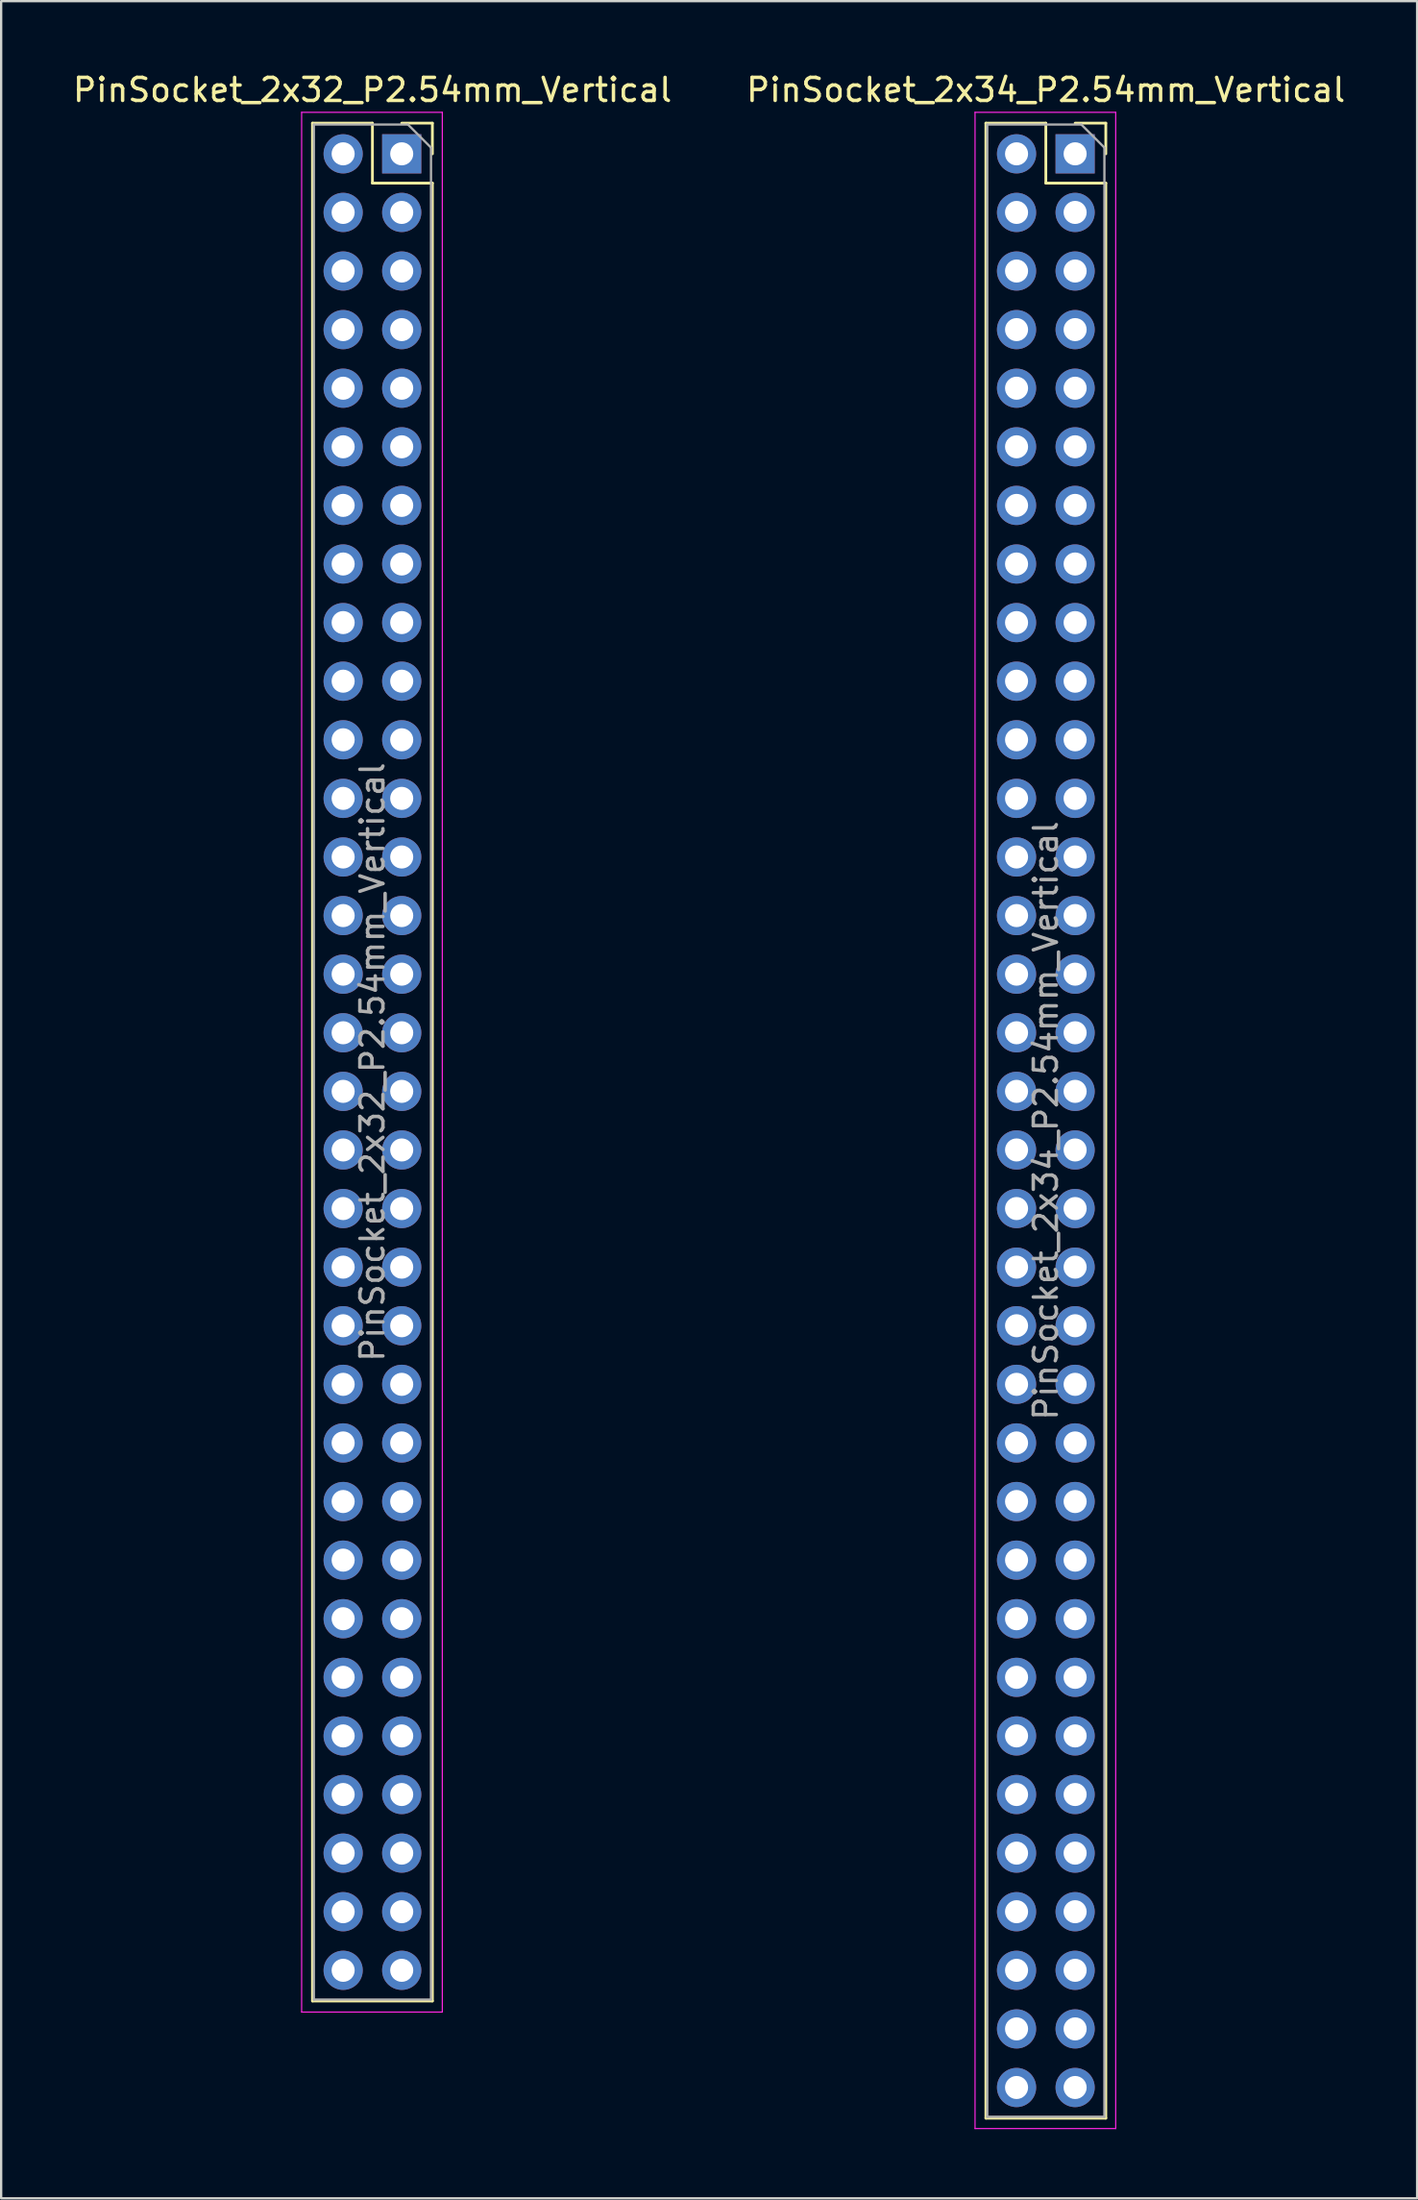
<source format=kicad_pcb>
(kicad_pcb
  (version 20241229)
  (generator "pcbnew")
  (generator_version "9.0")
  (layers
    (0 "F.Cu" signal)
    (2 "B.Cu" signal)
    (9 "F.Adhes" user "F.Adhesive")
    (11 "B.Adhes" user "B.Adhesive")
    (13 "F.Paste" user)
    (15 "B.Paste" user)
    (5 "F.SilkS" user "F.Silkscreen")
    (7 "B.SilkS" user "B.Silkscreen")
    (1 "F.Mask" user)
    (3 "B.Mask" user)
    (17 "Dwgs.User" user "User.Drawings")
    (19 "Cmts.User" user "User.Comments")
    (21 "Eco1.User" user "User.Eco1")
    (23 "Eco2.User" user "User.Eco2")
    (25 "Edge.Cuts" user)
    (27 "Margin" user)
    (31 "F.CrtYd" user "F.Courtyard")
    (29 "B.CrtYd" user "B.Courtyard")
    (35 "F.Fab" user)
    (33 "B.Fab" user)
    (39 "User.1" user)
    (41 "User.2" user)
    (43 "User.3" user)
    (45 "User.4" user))
  (footprint "PinSocket_2x34_P2.54mm_Vertical"
    (layer "F.Cu")
    (at 43.574 3.618)
    (property "Reference" "PinSocket_2x34_P2.54mm_Vertical" (at -1.27 -2.77 0) (layer "F.SilkS") (effects (font (size 1 1) (thickness 0.15))))
    (attr through_hole)
    (fp_line (start -3.87 -1.33) (end -3.87 85.15) (stroke (width 0.12) (type solid)) (layer "F.SilkS"))
    (fp_line (start -3.87 -1.33) (end -1.27 -1.33) (stroke (width 0.12) (type solid)) (layer "F.SilkS"))
    (fp_line (start -3.87 85.15) (end 1.33 85.15) (stroke (width 0.12) (type solid)) (layer "F.SilkS"))
    (fp_line (start -1.27 -1.33) (end -1.27 1.27) (stroke (width 0.12) (type solid)) (layer "F.SilkS"))
    (fp_line (start -1.27 1.27) (end 1.33 1.27) (stroke (width 0.12) (type solid)) (layer "F.SilkS"))
    (fp_line (start 0 -1.33) (end 1.33 -1.33) (stroke (width 0.12) (type solid)) (layer "F.SilkS"))
    (fp_line (start 1.33 -1.33) (end 1.33 0) (stroke (width 0.12) (type solid)) (layer "F.SilkS"))
    (fp_line (start 1.33 1.27) (end 1.33 85.15) (stroke (width 0.12) (type solid)) (layer "F.SilkS"))
    (fp_line (start -4.34 -1.8) (end 1.76 -1.8) (stroke (width 0.05) (type solid)) (layer "F.CrtYd"))
    (fp_line (start -4.34 85.6) (end -4.34 -1.8) (stroke (width 0.05) (type solid)) (layer "F.CrtYd"))
    (fp_line (start 1.76 -1.8) (end 1.76 85.6) (stroke (width 0.05) (type solid)) (layer "F.CrtYd"))
    (fp_line (start 1.76 85.6) (end -4.34 85.6) (stroke (width 0.05) (type solid)) (layer "F.CrtYd"))
    (fp_line (start -3.81 -1.27) (end 0.27 -1.27) (stroke (width 0.1) (type solid)) (layer "F.Fab"))
    (fp_line (start -3.81 85.09) (end -3.81 -1.27) (stroke (width 0.1) (type solid)) (layer "F.Fab"))
    (fp_line (start 0.27 -1.27) (end 1.27 -0.27) (stroke (width 0.1) (type solid)) (layer "F.Fab"))
    (fp_line (start 1.27 -0.27) (end 1.27 85.09) (stroke (width 0.1) (type solid)) (layer "F.Fab"))
    (fp_line (start 1.27 85.09) (end -3.81 85.09) (stroke (width 0.1) (type solid)) (layer "F.Fab"))
    (fp_text user "${REFERENCE}" (at -1.27 41.91 90) (layer "F.Fab") (effects (font (size 1 1) (thickness 0.15))))
    (pad "1" thru_hole rect (at 0 0) (size 1.7 1.7) (drill 1) (layers "*.Cu" "*.Mask"))
    (pad "2" thru_hole oval (at -2.54 0) (size 1.7 1.7) (drill 1) (layers "*.Cu" "*.Mask"))
    (pad "3" thru_hole oval (at 0 2.54) (size 1.7 1.7) (drill 1) (layers "*.Cu" "*.Mask"))
    (pad "4" thru_hole oval (at -2.54 2.54) (size 1.7 1.7) (drill 1) (layers "*.Cu" "*.Mask"))
    (pad "5" thru_hole oval (at 0 5.08) (size 1.7 1.7) (drill 1) (layers "*.Cu" "*.Mask"))
    (pad "6" thru_hole oval (at -2.54 5.08) (size 1.7 1.7) (drill 1) (layers "*.Cu" "*.Mask"))
    (pad "7" thru_hole oval (at 0 7.62) (size 1.7 1.7) (drill 1) (layers "*.Cu" "*.Mask"))
    (pad "8" thru_hole oval (at -2.54 7.62) (size 1.7 1.7) (drill 1) (layers "*.Cu" "*.Mask"))
    (pad "9" thru_hole oval (at 0 10.16) (size 1.7 1.7) (drill 1) (layers "*.Cu" "*.Mask"))
    (pad "10" thru_hole oval (at -2.54 10.16) (size 1.7 1.7) (drill 1) (layers "*.Cu" "*.Mask"))
    (pad "11" thru_hole oval (at 0 12.7) (size 1.7 1.7) (drill 1) (layers "*.Cu" "*.Mask"))
    (pad "12" thru_hole oval (at -2.54 12.7) (size 1.7 1.7) (drill 1) (layers "*.Cu" "*.Mask"))
    (pad "13" thru_hole oval (at 0 15.24) (size 1.7 1.7) (drill 1) (layers "*.Cu" "*.Mask"))
    (pad "14" thru_hole oval (at -2.54 15.24) (size 1.7 1.7) (drill 1) (layers "*.Cu" "*.Mask"))
    (pad "15" thru_hole oval (at 0 17.78) (size 1.7 1.7) (drill 1) (layers "*.Cu" "*.Mask"))
    (pad "16" thru_hole oval (at -2.54 17.78) (size 1.7 1.7) (drill 1) (layers "*.Cu" "*.Mask"))
    (pad "17" thru_hole oval (at 0 20.32) (size 1.7 1.7) (drill 1) (layers "*.Cu" "*.Mask"))
    (pad "18" thru_hole oval (at -2.54 20.32) (size 1.7 1.7) (drill 1) (layers "*.Cu" "*.Mask"))
    (pad "19" thru_hole oval (at 0 22.86) (size 1.7 1.7) (drill 1) (layers "*.Cu" "*.Mask"))
    (pad "20" thru_hole oval (at -2.54 22.86) (size 1.7 1.7) (drill 1) (layers "*.Cu" "*.Mask"))
    (pad "21" thru_hole oval (at 0 25.4) (size 1.7 1.7) (drill 1) (layers "*.Cu" "*.Mask"))
    (pad "22" thru_hole oval (at -2.54 25.4) (size 1.7 1.7) (drill 1) (layers "*.Cu" "*.Mask"))
    (pad "23" thru_hole oval (at 0 27.94) (size 1.7 1.7) (drill 1) (layers "*.Cu" "*.Mask"))
    (pad "24" thru_hole oval (at -2.54 27.94) (size 1.7 1.7) (drill 1) (layers "*.Cu" "*.Mask"))
    (pad "25" thru_hole oval (at 0 30.48) (size 1.7 1.7) (drill 1) (layers "*.Cu" "*.Mask"))
    (pad "26" thru_hole oval (at -2.54 30.48) (size 1.7 1.7) (drill 1) (layers "*.Cu" "*.Mask"))
    (pad "27" thru_hole oval (at 0 33.02) (size 1.7 1.7) (drill 1) (layers "*.Cu" "*.Mask"))
    (pad "28" thru_hole oval (at -2.54 33.02) (size 1.7 1.7) (drill 1) (layers "*.Cu" "*.Mask"))
    (pad "29" thru_hole oval (at 0 35.56) (size 1.7 1.7) (drill 1) (layers "*.Cu" "*.Mask"))
    (pad "30" thru_hole oval (at -2.54 35.56) (size 1.7 1.7) (drill 1) (layers "*.Cu" "*.Mask"))
    (pad "31" thru_hole oval (at 0 38.1) (size 1.7 1.7) (drill 1) (layers "*.Cu" "*.Mask"))
    (pad "32" thru_hole oval (at -2.54 38.1) (size 1.7 1.7) (drill 1) (layers "*.Cu" "*.Mask"))
    (pad "33" thru_hole oval (at 0 40.64) (size 1.7 1.7) (drill 1) (layers "*.Cu" "*.Mask"))
    (pad "34" thru_hole oval (at -2.54 40.64) (size 1.7 1.7) (drill 1) (layers "*.Cu" "*.Mask"))
    (pad "35" thru_hole oval (at 0 43.18) (size 1.7 1.7) (drill 1) (layers "*.Cu" "*.Mask"))
    (pad "36" thru_hole oval (at -2.54 43.18) (size 1.7 1.7) (drill 1) (layers "*.Cu" "*.Mask"))
    (pad "37" thru_hole oval (at 0 45.72) (size 1.7 1.7) (drill 1) (layers "*.Cu" "*.Mask"))
    (pad "38" thru_hole oval (at -2.54 45.72) (size 1.7 1.7) (drill 1) (layers "*.Cu" "*.Mask"))
    (pad "39" thru_hole oval (at 0 48.26) (size 1.7 1.7) (drill 1) (layers "*.Cu" "*.Mask"))
    (pad "40" thru_hole oval (at -2.54 48.26) (size 1.7 1.7) (drill 1) (layers "*.Cu" "*.Mask"))
    (pad "41" thru_hole oval (at 0 50.8) (size 1.7 1.7) (drill 1) (layers "*.Cu" "*.Mask"))
    (pad "42" thru_hole oval (at -2.54 50.8) (size 1.7 1.7) (drill 1) (layers "*.Cu" "*.Mask"))
    (pad "43" thru_hole oval (at 0 53.34) (size 1.7 1.7) (drill 1) (layers "*.Cu" "*.Mask"))
    (pad "44" thru_hole oval (at -2.54 53.34) (size 1.7 1.7) (drill 1) (layers "*.Cu" "*.Mask"))
    (pad "45" thru_hole oval (at 0 55.88) (size 1.7 1.7) (drill 1) (layers "*.Cu" "*.Mask"))
    (pad "46" thru_hole oval (at -2.54 55.88) (size 1.7 1.7) (drill 1) (layers "*.Cu" "*.Mask"))
    (pad "47" thru_hole oval (at 0 58.42) (size 1.7 1.7) (drill 1) (layers "*.Cu" "*.Mask"))
    (pad "48" thru_hole oval (at -2.54 58.42) (size 1.7 1.7) (drill 1) (layers "*.Cu" "*.Mask"))
    (pad "49" thru_hole oval (at 0 60.96) (size 1.7 1.7) (drill 1) (layers "*.Cu" "*.Mask"))
    (pad "50" thru_hole oval (at -2.54 60.96) (size 1.7 1.7) (drill 1) (layers "*.Cu" "*.Mask"))
    (pad "51" thru_hole oval (at 0 63.5) (size 1.7 1.7) (drill 1) (layers "*.Cu" "*.Mask"))
    (pad "52" thru_hole oval (at -2.54 63.5) (size 1.7 1.7) (drill 1) (layers "*.Cu" "*.Mask"))
    (pad "53" thru_hole oval (at 0 66.04) (size 1.7 1.7) (drill 1) (layers "*.Cu" "*.Mask"))
    (pad "54" thru_hole oval (at -2.54 66.04) (size 1.7 1.7) (drill 1) (layers "*.Cu" "*.Mask"))
    (pad "55" thru_hole oval (at 0 68.58) (size 1.7 1.7) (drill 1) (layers "*.Cu" "*.Mask"))
    (pad "56" thru_hole oval (at -2.54 68.58) (size 1.7 1.7) (drill 1) (layers "*.Cu" "*.Mask"))
    (pad "57" thru_hole oval (at 0 71.12) (size 1.7 1.7) (drill 1) (layers "*.Cu" "*.Mask"))
    (pad "58" thru_hole oval (at -2.54 71.12) (size 1.7 1.7) (drill 1) (layers "*.Cu" "*.Mask"))
    (pad "59" thru_hole oval (at 0 73.66) (size 1.7 1.7) (drill 1) (layers "*.Cu" "*.Mask"))
    (pad "60" thru_hole oval (at -2.54 73.66) (size 1.7 1.7) (drill 1) (layers "*.Cu" "*.Mask"))
    (pad "61" thru_hole oval (at 0 76.2) (size 1.7 1.7) (drill 1) (layers "*.Cu" "*.Mask"))
    (pad "62" thru_hole oval (at -2.54 76.2) (size 1.7 1.7) (drill 1) (layers "*.Cu" "*.Mask"))
    (pad "63" thru_hole oval (at 0 78.74) (size 1.7 1.7) (drill 1) (layers "*.Cu" "*.Mask"))
    (pad "64" thru_hole oval (at -2.54 78.74) (size 1.7 1.7) (drill 1) (layers "*.Cu" "*.Mask"))
    (pad "65" thru_hole oval (at 0 81.28) (size 1.7 1.7) (drill 1) (layers "*.Cu" "*.Mask"))
    (pad "66" thru_hole oval (at -2.54 81.28) (size 1.7 1.7) (drill 1) (layers "*.Cu" "*.Mask"))
    (pad "67" thru_hole oval (at 0 83.82) (size 1.7 1.7) (drill 1) (layers "*.Cu" "*.Mask"))
    (pad "68" thru_hole oval (at -2.54 83.82) (size 1.7 1.7) (drill 1) (layers "*.Cu" "*.Mask")))
  (footprint "PinSocket_2x32_P2.54mm_Vertical"
    (layer "F.Cu")
    (at 14.371 3.618)
    (property "Reference" "PinSocket_2x32_P2.54mm_Vertical" (at -1.27 -2.77 0) (layer "F.SilkS") (effects (font (size 1 1) (thickness 0.15))))
    (attr through_hole)
    (fp_line (start -3.87 -1.33) (end -3.87 80.07) (stroke (width 0.12) (type solid)) (layer "F.SilkS"))
    (fp_line (start -3.87 -1.33) (end -1.27 -1.33) (stroke (width 0.12) (type solid)) (layer "F.SilkS"))
    (fp_line (start -3.87 80.07) (end 1.33 80.07) (stroke (width 0.12) (type solid)) (layer "F.SilkS"))
    (fp_line (start -1.27 -1.33) (end -1.27 1.27) (stroke (width 0.12) (type solid)) (layer "F.SilkS"))
    (fp_line (start -1.27 1.27) (end 1.33 1.27) (stroke (width 0.12) (type solid)) (layer "F.SilkS"))
    (fp_line (start 0 -1.33) (end 1.33 -1.33) (stroke (width 0.12) (type solid)) (layer "F.SilkS"))
    (fp_line (start 1.33 -1.33) (end 1.33 0) (stroke (width 0.12) (type solid)) (layer "F.SilkS"))
    (fp_line (start 1.33 1.27) (end 1.33 80.07) (stroke (width 0.12) (type solid)) (layer "F.SilkS"))
    (fp_line (start -4.34 -1.8) (end 1.76 -1.8) (stroke (width 0.05) (type solid)) (layer "F.CrtYd"))
    (fp_line (start -4.34 80.55) (end -4.34 -1.8) (stroke (width 0.05) (type solid)) (layer "F.CrtYd"))
    (fp_line (start 1.76 -1.8) (end 1.76 80.55) (stroke (width 0.05) (type solid)) (layer "F.CrtYd"))
    (fp_line (start 1.76 80.55) (end -4.34 80.55) (stroke (width 0.05) (type solid)) (layer "F.CrtYd"))
    (fp_line (start -3.81 -1.27) (end 0.27 -1.27) (stroke (width 0.1) (type solid)) (layer "F.Fab"))
    (fp_line (start -3.81 80.01) (end -3.81 -1.27) (stroke (width 0.1) (type solid)) (layer "F.Fab"))
    (fp_line (start 0.27 -1.27) (end 1.27 -0.27) (stroke (width 0.1) (type solid)) (layer "F.Fab"))
    (fp_line (start 1.27 -0.27) (end 1.27 80.01) (stroke (width 0.1) (type solid)) (layer "F.Fab"))
    (fp_line (start 1.27 80.01) (end -3.81 80.01) (stroke (width 0.1) (type solid)) (layer "F.Fab"))
    (fp_text user "${REFERENCE}" (at -1.27 39.37 90) (layer "F.Fab") (effects (font (size 1 1) (thickness 0.15))))
    (pad "1" thru_hole rect (at 0 0) (size 1.7 1.7) (drill 1) (layers "*.Cu" "*.Mask"))
    (pad "2" thru_hole oval (at -2.54 0) (size 1.7 1.7) (drill 1) (layers "*.Cu" "*.Mask"))
    (pad "3" thru_hole oval (at 0 2.54) (size 1.7 1.7) (drill 1) (layers "*.Cu" "*.Mask"))
    (pad "4" thru_hole oval (at -2.54 2.54) (size 1.7 1.7) (drill 1) (layers "*.Cu" "*.Mask"))
    (pad "5" thru_hole oval (at 0 5.08) (size 1.7 1.7) (drill 1) (layers "*.Cu" "*.Mask"))
    (pad "6" thru_hole oval (at -2.54 5.08) (size 1.7 1.7) (drill 1) (layers "*.Cu" "*.Mask"))
    (pad "7" thru_hole oval (at 0 7.62) (size 1.7 1.7) (drill 1) (layers "*.Cu" "*.Mask"))
    (pad "8" thru_hole oval (at -2.54 7.62) (size 1.7 1.7) (drill 1) (layers "*.Cu" "*.Mask"))
    (pad "9" thru_hole oval (at 0 10.16) (size 1.7 1.7) (drill 1) (layers "*.Cu" "*.Mask"))
    (pad "10" thru_hole oval (at -2.54 10.16) (size 1.7 1.7) (drill 1) (layers "*.Cu" "*.Mask"))
    (pad "11" thru_hole oval (at 0 12.7) (size 1.7 1.7) (drill 1) (layers "*.Cu" "*.Mask"))
    (pad "12" thru_hole oval (at -2.54 12.7) (size 1.7 1.7) (drill 1) (layers "*.Cu" "*.Mask"))
    (pad "13" thru_hole oval (at 0 15.24) (size 1.7 1.7) (drill 1) (layers "*.Cu" "*.Mask"))
    (pad "14" thru_hole oval (at -2.54 15.24) (size 1.7 1.7) (drill 1) (layers "*.Cu" "*.Mask"))
    (pad "15" thru_hole oval (at 0 17.78) (size 1.7 1.7) (drill 1) (layers "*.Cu" "*.Mask"))
    (pad "16" thru_hole oval (at -2.54 17.78) (size 1.7 1.7) (drill 1) (layers "*.Cu" "*.Mask"))
    (pad "17" thru_hole oval (at 0 20.32) (size 1.7 1.7) (drill 1) (layers "*.Cu" "*.Mask"))
    (pad "18" thru_hole oval (at -2.54 20.32) (size 1.7 1.7) (drill 1) (layers "*.Cu" "*.Mask"))
    (pad "19" thru_hole oval (at 0 22.86) (size 1.7 1.7) (drill 1) (layers "*.Cu" "*.Mask"))
    (pad "20" thru_hole oval (at -2.54 22.86) (size 1.7 1.7) (drill 1) (layers "*.Cu" "*.Mask"))
    (pad "21" thru_hole oval (at 0 25.4) (size 1.7 1.7) (drill 1) (layers "*.Cu" "*.Mask"))
    (pad "22" thru_hole oval (at -2.54 25.4) (size 1.7 1.7) (drill 1) (layers "*.Cu" "*.Mask"))
    (pad "23" thru_hole oval (at 0 27.94) (size 1.7 1.7) (drill 1) (layers "*.Cu" "*.Mask"))
    (pad "24" thru_hole oval (at -2.54 27.94) (size 1.7 1.7) (drill 1) (layers "*.Cu" "*.Mask"))
    (pad "25" thru_hole oval (at 0 30.48) (size 1.7 1.7) (drill 1) (layers "*.Cu" "*.Mask"))
    (pad "26" thru_hole oval (at -2.54 30.48) (size 1.7 1.7) (drill 1) (layers "*.Cu" "*.Mask"))
    (pad "27" thru_hole oval (at 0 33.02) (size 1.7 1.7) (drill 1) (layers "*.Cu" "*.Mask"))
    (pad "28" thru_hole oval (at -2.54 33.02) (size 1.7 1.7) (drill 1) (layers "*.Cu" "*.Mask"))
    (pad "29" thru_hole oval (at 0 35.56) (size 1.7 1.7) (drill 1) (layers "*.Cu" "*.Mask"))
    (pad "30" thru_hole oval (at -2.54 35.56) (size 1.7 1.7) (drill 1) (layers "*.Cu" "*.Mask"))
    (pad "31" thru_hole oval (at 0 38.1) (size 1.7 1.7) (drill 1) (layers "*.Cu" "*.Mask"))
    (pad "32" thru_hole oval (at -2.54 38.1) (size 1.7 1.7) (drill 1) (layers "*.Cu" "*.Mask"))
    (pad "33" thru_hole oval (at 0 40.64) (size 1.7 1.7) (drill 1) (layers "*.Cu" "*.Mask"))
    (pad "34" thru_hole oval (at -2.54 40.64) (size 1.7 1.7) (drill 1) (layers "*.Cu" "*.Mask"))
    (pad "35" thru_hole oval (at 0 43.18) (size 1.7 1.7) (drill 1) (layers "*.Cu" "*.Mask"))
    (pad "36" thru_hole oval (at -2.54 43.18) (size 1.7 1.7) (drill 1) (layers "*.Cu" "*.Mask"))
    (pad "37" thru_hole oval (at 0 45.72) (size 1.7 1.7) (drill 1) (layers "*.Cu" "*.Mask"))
    (pad "38" thru_hole oval (at -2.54 45.72) (size 1.7 1.7) (drill 1) (layers "*.Cu" "*.Mask"))
    (pad "39" thru_hole oval (at 0 48.26) (size 1.7 1.7) (drill 1) (layers "*.Cu" "*.Mask"))
    (pad "40" thru_hole oval (at -2.54 48.26) (size 1.7 1.7) (drill 1) (layers "*.Cu" "*.Mask"))
    (pad "41" thru_hole oval (at 0 50.8) (size 1.7 1.7) (drill 1) (layers "*.Cu" "*.Mask"))
    (pad "42" thru_hole oval (at -2.54 50.8) (size 1.7 1.7) (drill 1) (layers "*.Cu" "*.Mask"))
    (pad "43" thru_hole oval (at 0 53.34) (size 1.7 1.7) (drill 1) (layers "*.Cu" "*.Mask"))
    (pad "44" thru_hole oval (at -2.54 53.34) (size 1.7 1.7) (drill 1) (layers "*.Cu" "*.Mask"))
    (pad "45" thru_hole oval (at 0 55.88) (size 1.7 1.7) (drill 1) (layers "*.Cu" "*.Mask"))
    (pad "46" thru_hole oval (at -2.54 55.88) (size 1.7 1.7) (drill 1) (layers "*.Cu" "*.Mask"))
    (pad "47" thru_hole oval (at 0 58.42) (size 1.7 1.7) (drill 1) (layers "*.Cu" "*.Mask"))
    (pad "48" thru_hole oval (at -2.54 58.42) (size 1.7 1.7) (drill 1) (layers "*.Cu" "*.Mask"))
    (pad "49" thru_hole oval (at 0 60.96) (size 1.7 1.7) (drill 1) (layers "*.Cu" "*.Mask"))
    (pad "50" thru_hole oval (at -2.54 60.96) (size 1.7 1.7) (drill 1) (layers "*.Cu" "*.Mask"))
    (pad "51" thru_hole oval (at 0 63.5) (size 1.7 1.7) (drill 1) (layers "*.Cu" "*.Mask"))
    (pad "52" thru_hole oval (at -2.54 63.5) (size 1.7 1.7) (drill 1) (layers "*.Cu" "*.Mask"))
    (pad "53" thru_hole oval (at 0 66.04) (size 1.7 1.7) (drill 1) (layers "*.Cu" "*.Mask"))
    (pad "54" thru_hole oval (at -2.54 66.04) (size 1.7 1.7) (drill 1) (layers "*.Cu" "*.Mask"))
    (pad "55" thru_hole oval (at 0 68.58) (size 1.7 1.7) (drill 1) (layers "*.Cu" "*.Mask"))
    (pad "56" thru_hole oval (at -2.54 68.58) (size 1.7 1.7) (drill 1) (layers "*.Cu" "*.Mask"))
    (pad "57" thru_hole oval (at 0 71.12) (size 1.7 1.7) (drill 1) (layers "*.Cu" "*.Mask"))
    (pad "58" thru_hole oval (at -2.54 71.12) (size 1.7 1.7) (drill 1) (layers "*.Cu" "*.Mask"))
    (pad "59" thru_hole oval (at 0 73.66) (size 1.7 1.7) (drill 1) (layers "*.Cu" "*.Mask"))
    (pad "60" thru_hole oval (at -2.54 73.66) (size 1.7 1.7) (drill 1) (layers "*.Cu" "*.Mask"))
    (pad "61" thru_hole oval (at 0 76.2) (size 1.7 1.7) (drill 1) (layers "*.Cu" "*.Mask"))
    (pad "62" thru_hole oval (at -2.54 76.2) (size 1.7 1.7) (drill 1) (layers "*.Cu" "*.Mask"))
    (pad "63" thru_hole oval (at 0 78.74) (size 1.7 1.7) (drill 1) (layers "*.Cu" "*.Mask"))
    (pad "64" thru_hole oval (at -2.54 78.74) (size 1.7 1.7) (drill 1) (layers "*.Cu" "*.Mask")))
  (gr_rect
    (start -3 -3)
    (end 58.405 92.243)
    (stroke (width 0.1) (type default))
    (fill no)
    (layer "Edge.Cuts")))
</source>
